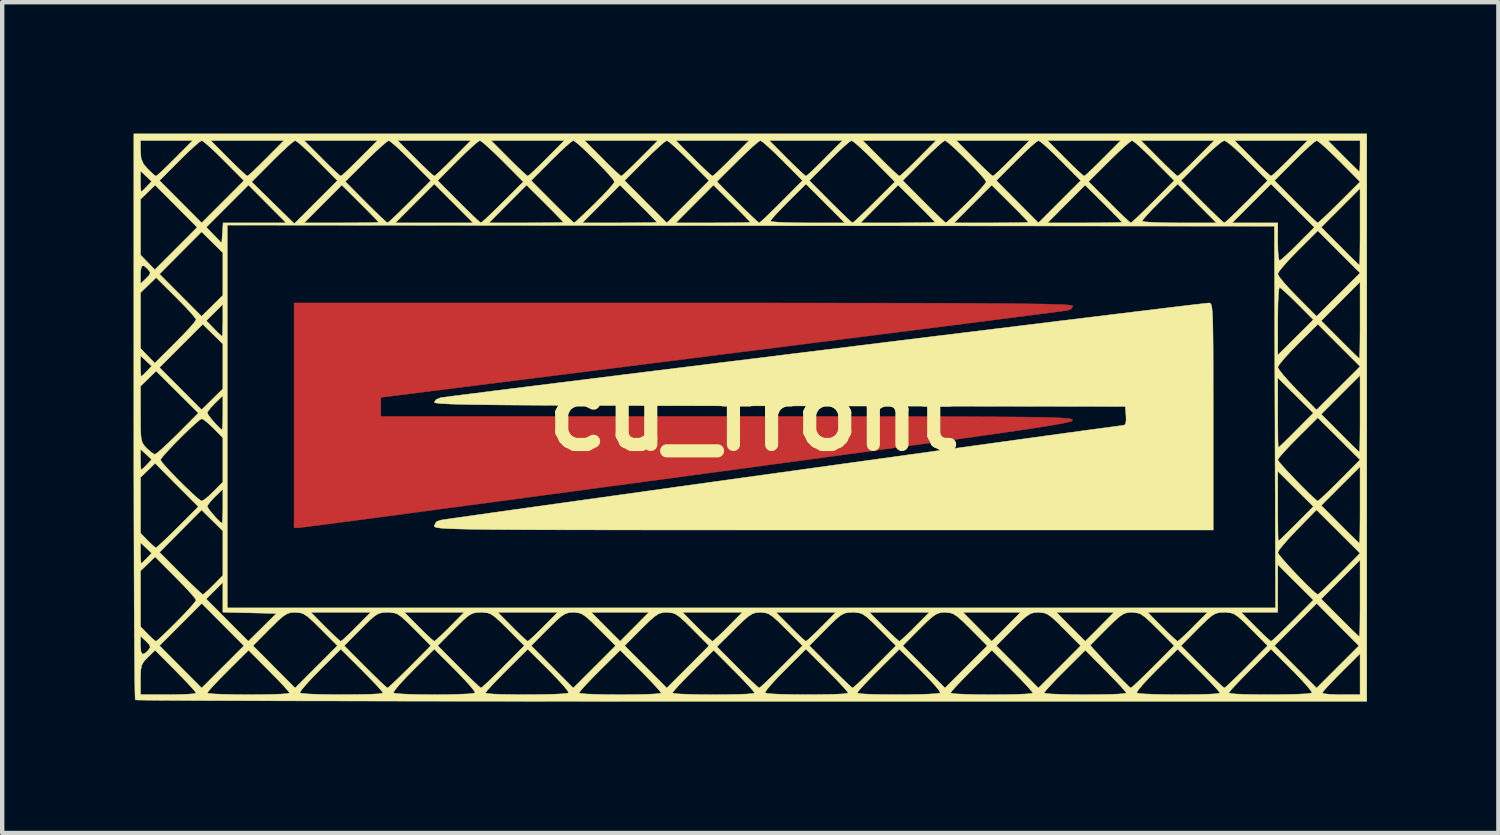
<source format=kicad_pcb>
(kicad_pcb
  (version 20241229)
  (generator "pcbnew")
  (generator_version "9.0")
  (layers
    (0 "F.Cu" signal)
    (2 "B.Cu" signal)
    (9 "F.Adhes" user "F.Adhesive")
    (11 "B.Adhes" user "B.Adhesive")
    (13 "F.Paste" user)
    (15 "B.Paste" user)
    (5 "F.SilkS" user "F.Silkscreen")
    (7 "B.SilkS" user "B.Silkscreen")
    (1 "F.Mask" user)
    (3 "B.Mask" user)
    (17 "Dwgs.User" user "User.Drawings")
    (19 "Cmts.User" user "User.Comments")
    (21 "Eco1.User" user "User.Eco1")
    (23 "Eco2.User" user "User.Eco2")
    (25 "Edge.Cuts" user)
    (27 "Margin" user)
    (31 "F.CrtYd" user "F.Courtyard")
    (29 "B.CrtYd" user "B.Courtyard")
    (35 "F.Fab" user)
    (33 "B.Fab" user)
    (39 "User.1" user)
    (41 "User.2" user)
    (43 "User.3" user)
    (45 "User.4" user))
  (footprint "cu_front"
    (layer "F.Cu")
    (at 14.127 6.406)
    (property "Reference" "cu_front" (at 0 0 0) (layer "F.SilkS") (effects (font (size 1.524 1.524) (thickness 0.3))))
    (attr through_hole)
    (fp_poly (pts (xy -0.443 -2.54) (xy 0.592 -2.54) (xy 1.534 -2.539) (xy 2.386 -2.538) (xy 3.154 -2.537) (xy 3.841 -2.536) (xy 4.451 -2.534) (xy 4.989 -2.532) (xy 5.458 -2.529) (xy 5.864 -2.526) (xy 6.209 -2.522) (xy 6.499 -2.518) (xy 6.737 -2.513) (xy 6.927 -2.508) (xy 7.075 -2.502) (xy 7.183 -2.495) (xy 7.256 -2.488) (xy 7.299 -2.48) (xy 7.315 -2.471) (xy 7.315 -2.469) (xy 7.272 -2.404) (xy 7.201 -2.373) (xy 7.138 -2.364) (xy 6.981 -2.343) (xy 6.733 -2.31) (xy 6.401 -2.268) (xy 5.991 -2.215) (xy 5.507 -2.153) (xy 4.956 -2.082) (xy 4.343 -2.004) (xy 3.673 -1.919) (xy 2.953 -1.828) (xy 2.186 -1.731) (xy 1.38 -1.629) (xy 0.54 -1.522) (xy -0.329 -1.413) (xy -0.699 -1.366) (xy -8.484 -0.385) (xy -8.484 0.051) (xy -0.58 0.051) (xy 0.47 0.051) (xy 1.423 0.051) (xy 2.283 0.051) (xy 3.057 0.052) (xy 3.747 0.053) (xy 4.359 0.054) (xy 4.897 0.056) (xy 5.366 0.058) (xy 5.771 0.06) (xy 6.116 0.063) (xy 6.406 0.067) (xy 6.645 0.071) (xy 6.839 0.076) (xy 6.992 0.082) (xy 7.108 0.089) (xy 7.193 0.096) (xy 7.25 0.104) (xy 7.285 0.113) (xy 7.302 0.124) (xy 7.306 0.135) (xy 7.306 0.137) (xy 7.294 0.149) (xy 7.261 0.163) (xy 7.201 0.18) (xy 7.11 0.2) (xy 6.985 0.224) (xy 6.821 0.253) (xy 6.613 0.286) (xy 6.359 0.326) (xy 6.053 0.372) (xy 5.691 0.424) (xy 5.268 0.484) (xy 4.782 0.553) (xy 4.227 0.63) (xy 3.599 0.716) (xy 2.895 0.813) (xy 2.109 0.92) (xy 1.238 1.038) (xy 0.277 1.168) (xy -0.778 1.311) (xy -1.473 1.405) (xy -2.406 1.53) (xy -3.313 1.652) (xy -4.189 1.77) (xy -5.027 1.883) (xy -5.824 1.99) (xy -6.573 2.09) (xy -7.271 2.183) (xy -7.91 2.269) (xy -8.487 2.346) (xy -8.997 2.413) (xy -9.433 2.471) (xy -9.79 2.518) (xy -10.065 2.553) (xy -10.25 2.577) (xy -10.342 2.588) (xy -10.351 2.589) (xy -10.465 2.591) (xy -10.465 -2.54) (xy -1.575 -2.54) (xy -0.443 -2.54)) (stroke (width 0.01) (type solid)) (fill yes) (layer "F.Cu"))
    (fp_poly (pts (xy 10.437 -2.538) (xy 10.456 -2.526) (xy 10.472 -2.497) (xy 10.484 -2.441) (xy 10.494 -2.351) (xy 10.502 -2.218) (xy 10.507 -2.035) (xy 10.511 -1.793) (xy 10.514 -1.484) (xy 10.515 -1.099) (xy 10.515 -0.631) (xy 10.516 -0.071) (xy 10.516 0.051) (xy 10.516 2.642) (xy 1.626 2.642) (xy 0.511 2.642) (xy -0.505 2.641) (xy -1.43 2.641) (xy -2.266 2.641) (xy -3.018 2.64) (xy -3.69 2.639) (xy -4.288 2.638) (xy -4.815 2.637) (xy -5.276 2.635) (xy -5.675 2.632) (xy -6.017 2.63) (xy -6.306 2.626) (xy -6.546 2.622) (xy -6.743 2.617) (xy -6.9 2.612) (xy -7.022 2.606) (xy -7.113 2.599) (xy -7.178 2.591) (xy -7.221 2.582) (xy -7.247 2.573) (xy -7.26 2.562) (xy -7.264 2.55) (xy -7.264 2.544) (xy -7.22 2.456) (xy -7.125 2.418) (xy -7.056 2.407) (xy -6.894 2.383) (xy -6.645 2.348) (xy -6.316 2.301) (xy -5.914 2.244) (xy -5.445 2.178) (xy -4.917 2.104) (xy -4.335 2.023) (xy -3.707 1.935) (xy -3.038 1.842) (xy -2.337 1.744) (xy -1.608 1.642) (xy -0.86 1.538) (xy -0.098 1.432) (xy 0.67 1.326) (xy 1.438 1.219) (xy 2.2 1.113) (xy 2.948 1.01) (xy 3.676 0.909) (xy 4.377 0.812) (xy 5.045 0.72) (xy 5.674 0.633) (xy 6.255 0.553) (xy 6.783 0.48) (xy 7.251 0.416) (xy 7.653 0.361) (xy 7.981 0.317) (xy 8.229 0.284) (xy 8.391 0.262) (xy 8.459 0.254) (xy 8.46 0.254) (xy 8.511 0.231) (xy 8.528 0.148) (xy 8.525 0.038) (xy 8.509 -0.178) (xy 0.622 -0.191) (xy -0.439 -0.192) (xy -1.404 -0.194) (xy -2.276 -0.196) (xy -3.059 -0.199) (xy -3.759 -0.201) (xy -4.38 -0.204) (xy -4.925 -0.207) (xy -5.4 -0.21) (xy -5.81 -0.214) (xy -6.158 -0.218) (xy -6.449 -0.222) (xy -6.687 -0.228) (xy -6.877 -0.233) (xy -7.024 -0.24) (xy -7.132 -0.247) (xy -7.204 -0.255) (xy -7.247 -0.263) (xy -7.264 -0.273) (xy -7.264 -0.276) (xy -7.221 -0.337) (xy -7.125 -0.377) (xy -7.058 -0.386) (xy -6.897 -0.408) (xy -6.648 -0.44) (xy -6.318 -0.481) (xy -5.912 -0.533) (xy -5.438 -0.592) (xy -4.901 -0.659) (xy -4.307 -0.733) (xy -3.664 -0.813) (xy -2.977 -0.899) (xy -2.252 -0.989) (xy -1.497 -1.082) (xy -0.716 -1.179) (xy 0.082 -1.277) (xy 0.893 -1.378) (xy 1.71 -1.478) (xy 2.526 -1.579) (xy 3.335 -1.679) (xy 4.131 -1.777) (xy 4.908 -1.872) (xy 5.659 -1.964) (xy 6.378 -2.052) (xy 7.059 -2.136) (xy 7.694 -2.213) (xy 8.279 -2.285) (xy 8.807 -2.349) (xy 9.271 -2.405) (xy 9.665 -2.453) (xy 9.982 -2.491) (xy 10.218 -2.518) (xy 10.364 -2.535) (xy 10.414 -2.54) (xy 10.437 -2.538)) (stroke (width 0.01) (type solid)) (fill yes) (layer "F.SilkS"))
    (fp_poly (pts (xy 14.021 6.553) (xy -0.017 6.553) (xy -1.205 6.553) (xy -2.366 6.553) (xy -3.497 6.552) (xy -4.593 6.551) (xy -5.65 6.55) (xy -6.664 6.549) (xy -7.632 6.548) (xy -8.548 6.546) (xy -9.409 6.544) (xy -10.211 6.543) (xy -10.949 6.541) (xy -11.62 6.538) (xy -12.22 6.536) (xy -12.744 6.534) (xy -13.187 6.531) (xy -13.547 6.529) (xy -13.819 6.526) (xy -13.999 6.523) (xy -14.083 6.52) (xy -14.089 6.519) (xy -14.093 6.465) (xy -14.097 6.316) (xy -14.101 6.077) (xy -14.101 6.055) (xy -13.97 6.055) (xy -13.97 6.401) (xy -13.335 6.401) (xy -13.094 6.398) (xy -12.896 6.39) (xy -12.758 6.379) (xy -12.701 6.365) (xy -12.7 6.364) (xy -12.701 6.362) (xy -12.446 6.362) (xy -12.398 6.374) (xy -12.264 6.385) (xy -12.06 6.393) (xy -11.802 6.399) (xy -11.506 6.401) (xy -11.21 6.399) (xy -10.952 6.394) (xy -10.748 6.386) (xy -10.614 6.375) (xy -10.566 6.364) (xy -10.574 6.353) (xy -10.333 6.353) (xy -10.332 6.359) (xy -10.276 6.373) (xy -10.14 6.384) (xy -9.941 6.392) (xy -9.701 6.397) (xy -9.438 6.4) (xy -9.17 6.399) (xy -8.918 6.396) (xy -8.701 6.39) (xy -8.537 6.381) (xy -8.445 6.369) (xy -8.433 6.362) (xy -8.439 6.353) (xy -8.199 6.353) (xy -8.199 6.359) (xy -8.142 6.372) (xy -8 6.384) (xy -7.79 6.393) (xy -7.529 6.399) (xy -7.264 6.401) (xy -6.971 6.399) (xy -6.714 6.392) (xy -6.511 6.383) (xy -6.377 6.371) (xy -6.34 6.362) (xy -6.096 6.362) (xy -6.048 6.375) (xy -5.918 6.386) (xy -5.725 6.394) (xy -5.488 6.398) (xy -5.226 6.4) (xy -4.958 6.399) (xy -4.704 6.395) (xy -4.482 6.388) (xy -4.312 6.379) (xy -4.213 6.366) (xy -4.203 6.362) (xy -3.962 6.362) (xy -3.914 6.374) (xy -3.78 6.385) (xy -3.576 6.393) (xy -3.318 6.399) (xy -3.023 6.401) (xy -2.726 6.399) (xy -2.468 6.394) (xy -2.264 6.386) (xy -2.131 6.375) (xy -2.083 6.364) (xy -2.084 6.362) (xy -1.829 6.362) (xy -1.781 6.374) (xy -1.647 6.385) (xy -1.443 6.393) (xy -1.185 6.399) (xy -0.889 6.401) (xy -0.593 6.399) (xy -0.335 6.394) (xy -0.131 6.386) (xy 0.003 6.375) (xy 0.051 6.364) (xy 0.043 6.353) (xy 0.285 6.353) (xy 0.285 6.359) (xy 0.341 6.373) (xy 0.478 6.384) (xy 0.676 6.392) (xy 0.916 6.397) (xy 1.179 6.4) (xy 1.447 6.399) (xy 1.699 6.396) (xy 1.917 6.39) (xy 2.081 6.381) (xy 2.172 6.369) (xy 2.184 6.362) (xy 2.388 6.362) (xy 2.435 6.375) (xy 2.565 6.386) (xy 2.758 6.394) (xy 2.996 6.398) (xy 3.258 6.4) (xy 3.525 6.399) (xy 3.78 6.395) (xy 4.001 6.388) (xy 4.171 6.379) (xy 4.27 6.366) (xy 4.281 6.362) (xy 4.521 6.362) (xy 4.569 6.374) (xy 4.703 6.385) (xy 4.907 6.393) (xy 5.165 6.399) (xy 5.461 6.401) (xy 5.757 6.399) (xy 6.015 6.394) (xy 6.219 6.386) (xy 6.353 6.375) (xy 6.401 6.364) (xy 6.399 6.362) (xy 6.655 6.362) (xy 6.703 6.374) (xy 6.837 6.385) (xy 7.041 6.393) (xy 7.299 6.399) (xy 7.595 6.401) (xy 7.891 6.399) (xy 8.149 6.394) (xy 8.353 6.386) (xy 8.486 6.375) (xy 8.534 6.364) (xy 8.527 6.353) (xy 8.768 6.353) (xy 8.769 6.359) (xy 8.825 6.373) (xy 8.961 6.384) (xy 9.159 6.392) (xy 9.4 6.397) (xy 9.663 6.4) (xy 9.93 6.399) (xy 10.183 6.396) (xy 10.4 6.39) (xy 10.564 6.381) (xy 10.656 6.369) (xy 10.668 6.362) (xy 10.871 6.362) (xy 10.919 6.375) (xy 11.049 6.386) (xy 11.242 6.394) (xy 11.479 6.398) (xy 11.741 6.4) (xy 12.009 6.399) (xy 12.263 6.395) (xy 12.485 6.388) (xy 12.655 6.379) (xy 12.754 6.366) (xy 12.765 6.362) (xy 13.005 6.362) (xy 13.005 6.362) (xy 13.052 6.379) (xy 13.177 6.393) (xy 13.357 6.4) (xy 13.437 6.401) (xy 13.868 6.401) (xy 13.868 5.463) (xy 13.437 5.893) (xy 13.269 6.063) (xy 13.132 6.208) (xy 13.039 6.312) (xy 13.005 6.362) (xy 12.765 6.362) (xy 12.771 6.359) (xy 12.746 6.31) (xy 12.661 6.205) (xy 12.528 6.058) (xy 12.36 5.883) (xy 12.316 5.839) (xy 11.836 5.361) (xy 11.354 5.842) (xy 11.176 6.022) (xy 11.028 6.177) (xy 10.922 6.293) (xy 10.873 6.356) (xy 10.871 6.362) (xy 10.668 6.362) (xy 10.634 6.313) (xy 10.541 6.208) (xy 10.401 6.061) (xy 10.229 5.886) (xy 10.185 5.842) (xy 9.703 5.361) (xy 9.223 5.839) (xy 9.048 6.018) (xy 8.905 6.173) (xy 8.808 6.29) (xy 8.768 6.353) (xy 8.527 6.353) (xy 8.5 6.316) (xy 8.408 6.211) (xy 8.269 6.064) (xy 8.099 5.89) (xy 8.065 5.856) (xy 7.597 5.385) (xy 7.126 5.854) (xy 6.95 6.031) (xy 6.805 6.184) (xy 6.702 6.298) (xy 6.656 6.358) (xy 6.655 6.362) (xy 6.399 6.362) (xy 6.367 6.316) (xy 6.274 6.211) (xy 6.136 6.064) (xy 5.966 5.89) (xy 5.932 5.856) (xy 5.463 5.385) (xy 4.992 5.854) (xy 4.817 6.031) (xy 4.671 6.184) (xy 4.568 6.298) (xy 4.522 6.358) (xy 4.521 6.362) (xy 4.281 6.362) (xy 4.287 6.359) (xy 4.263 6.31) (xy 4.178 6.205) (xy 4.045 6.058) (xy 3.876 5.883) (xy 3.833 5.839) (xy 3.353 5.361) (xy 2.87 5.842) (xy 2.692 6.022) (xy 2.544 6.177) (xy 2.439 6.293) (xy 2.39 6.356) (xy 2.388 6.362) (xy 2.184 6.362) (xy 2.15 6.313) (xy 2.057 6.208) (xy 1.918 6.061) (xy 1.746 5.886) (xy 1.702 5.842) (xy 1.219 5.361) (xy 0.739 5.839) (xy 0.564 6.018) (xy 0.422 6.173) (xy 0.324 6.29) (xy 0.285 6.353) (xy 0.043 6.353) (xy 0.017 6.316) (xy -0.076 6.211) (xy -0.214 6.064) (xy -0.384 5.89) (xy -0.418 5.856) (xy -0.887 5.385) (xy -1.358 5.854) (xy -1.533 6.031) (xy -1.679 6.184) (xy -1.782 6.298) (xy -1.828 6.358) (xy -1.829 6.362) (xy -2.084 6.362) (xy -2.117 6.316) (xy -2.21 6.211) (xy -2.348 6.064) (xy -2.518 5.89) (xy -2.552 5.856) (xy -3.021 5.385) (xy -3.492 5.854) (xy -3.667 6.031) (xy -3.813 6.184) (xy -3.915 6.298) (xy -3.961 6.358) (xy -3.962 6.362) (xy -4.203 6.362) (xy -4.197 6.359) (xy -4.221 6.31) (xy -4.306 6.205) (xy -4.439 6.058) (xy -4.607 5.883) (xy -4.651 5.839) (xy -5.131 5.361) (xy -5.613 5.842) (xy -5.791 6.022) (xy -5.939 6.177) (xy -6.045 6.293) (xy -6.094 6.356) (xy -6.096 6.362) (xy -6.34 6.362) (xy -6.33 6.359) (xy -6.355 6.31) (xy -6.44 6.205) (xy -6.573 6.058) (xy -6.741 5.883) (xy -6.784 5.839) (xy -7.264 5.361) (xy -7.744 5.839) (xy -7.919 6.018) (xy -8.062 6.173) (xy -8.159 6.29) (xy -8.199 6.353) (xy -8.439 6.353) (xy -8.467 6.313) (xy -8.56 6.208) (xy -8.7 6.061) (xy -8.872 5.886) (xy -8.915 5.842) (xy -9.398 5.361) (xy -9.878 5.839) (xy -10.053 6.018) (xy -10.195 6.173) (xy -10.293 6.29) (xy -10.333 6.353) (xy -10.574 6.353) (xy -10.6 6.316) (xy -10.693 6.211) (xy -10.831 6.064) (xy -11.002 5.89) (xy -11.035 5.856) (xy -11.504 5.385) (xy -11.975 5.854) (xy -12.151 6.031) (xy -12.296 6.184) (xy -12.399 6.298) (xy -12.445 6.358) (xy -12.446 6.362) (xy -12.701 6.362) (xy -12.734 6.316) (xy -12.827 6.211) (xy -12.965 6.064) (xy -13.135 5.89) (xy -13.168 5.856) (xy -13.636 5.386) (xy -13.803 5.548) (xy -13.893 5.642) (xy -13.943 5.729) (xy -13.965 5.844) (xy -13.97 6.02) (xy -13.97 6.055) (xy -14.101 6.055) (xy -14.104 5.754) (xy -14.108 5.355) (xy -14.108 5.274) (xy -13.97 5.274) (xy -13.959 5.424) (xy -13.921 5.479) (xy -13.85 5.444) (xy -13.8 5.394) (xy -13.75 5.325) (xy -13.758 5.283) (xy -13.537 5.283) (xy -13.056 5.766) (xy -12.574 6.249) (xy -11.609 5.284) (xy -11.61 5.283) (xy -11.402 5.283) (xy -10.441 6.249) (xy -9.958 5.767) (xy -9.476 5.284) (xy -9.476 5.283) (xy -9.32 5.283) (xy -8.839 5.766) (xy -8.66 5.943) (xy -8.508 6.091) (xy -8.395 6.197) (xy -8.336 6.246) (xy -8.331 6.248) (xy -8.287 6.214) (xy -8.186 6.121) (xy -8.042 5.982) (xy -7.868 5.811) (xy -7.823 5.766) (xy -7.343 5.283) (xy -7.186 5.283) (xy -6.705 5.766) (xy -6.527 5.943) (xy -6.374 6.091) (xy -6.261 6.197) (xy -6.202 6.246) (xy -6.198 6.248) (xy -6.154 6.214) (xy -6.052 6.121) (xy -5.908 5.982) (xy -5.734 5.811) (xy -5.69 5.766) (xy -5.209 5.283) (xy -5.052 5.283) (xy -4.091 6.249) (xy -3.608 5.767) (xy -3.126 5.284) (xy -3.126 5.283) (xy -2.919 5.283) (xy -1.957 6.249) (xy -1.475 5.767) (xy -1.015 5.306) (xy -0.813 5.306) (xy -0.344 5.777) (xy -0.168 5.953) (xy -0.017 6.098) (xy 0.093 6.201) (xy 0.149 6.247) (xy 0.152 6.248) (xy 0.196 6.214) (xy 0.298 6.121) (xy 0.442 5.982) (xy 0.616 5.811) (xy 0.66 5.766) (xy 1.141 5.283) (xy 1.298 5.283) (xy 1.778 5.766) (xy 1.957 5.943) (xy 2.11 6.091) (xy 2.222 6.197) (xy 2.281 6.246) (xy 2.286 6.248) (xy 2.33 6.214) (xy 2.431 6.121) (xy 2.576 5.982) (xy 2.749 5.811) (xy 2.794 5.766) (xy 3.274 5.283) (xy 3.431 5.283) (xy 4.393 6.249) (xy 4.875 5.767) (xy 5.358 5.284) (xy 5.357 5.283) (xy 5.565 5.283) (xy 6.526 6.249) (xy 7.009 5.767) (xy 7.491 5.284) (xy 7.482 5.275) (xy 7.707 5.275) (xy 8.156 5.762) (xy 8.326 5.943) (xy 8.471 6.094) (xy 8.577 6.2) (xy 8.631 6.247) (xy 8.634 6.248) (xy 8.679 6.214) (xy 8.781 6.121) (xy 8.926 5.982) (xy 9.099 5.81) (xy 9.144 5.766) (xy 9.624 5.283) (xy 9.781 5.283) (xy 10.262 5.766) (xy 10.44 5.943) (xy 10.593 6.091) (xy 10.706 6.197) (xy 10.765 6.246) (xy 10.77 6.248) (xy 10.814 6.214) (xy 10.915 6.121) (xy 11.059 5.982) (xy 11.233 5.811) (xy 11.277 5.766) (xy 11.758 5.283) (xy 11.757 5.283) (xy 11.914 5.283) (xy 12.395 5.766) (xy 12.876 6.249) (xy 13.842 5.284) (xy 13.36 4.801) (xy 12.879 4.317) (xy 11.914 5.283) (xy 11.757 5.283) (xy 11.379 4.902) (xy 11.208 4.732) (xy 11.085 4.622) (xy 10.992 4.559) (xy 10.906 4.529) (xy 10.807 4.521) (xy 10.77 4.521) (xy 11.154 4.521) (xy 11.481 4.851) (xy 11.627 4.996) (xy 11.746 5.109) (xy 11.821 5.173) (xy 11.836 5.182) (xy 11.88 5.148) (xy 11.981 5.055) (xy 12.125 4.916) (xy 12.298 4.745) (xy 12.333 4.711) (xy 12.802 4.24) (xy 12.778 4.216) (xy 12.981 4.216) (xy 13.411 4.648) (xy 13.578 4.815) (xy 13.717 4.952) (xy 13.814 5.045) (xy 13.854 5.08) (xy 13.855 5.08) (xy 13.859 5.032) (xy 13.863 4.899) (xy 13.866 4.697) (xy 13.868 4.442) (xy 13.868 4.204) (xy 13.868 3.328) (xy 12.981 4.216) (xy 12.778 4.216) (xy 12.395 3.836) (xy 11.989 3.431) (xy 11.989 4.521) (xy 11.154 4.521) (xy 10.77 4.521) (xy 10.662 4.525) (xy 10.574 4.546) (xy 10.486 4.597) (xy 10.375 4.691) (xy 10.221 4.841) (xy 10.16 4.902) (xy 9.781 5.283) (xy 9.624 5.283) (xy 9.246 4.902) (xy 9.072 4.731) (xy 8.947 4.62) (xy 8.852 4.557) (xy 8.766 4.528) (xy 8.669 4.521) (xy 8.661 4.521) (xy 9.02 4.521) (xy 9.347 4.851) (xy 9.494 4.996) (xy 9.613 5.109) (xy 9.688 5.173) (xy 9.703 5.182) (xy 9.749 5.148) (xy 9.848 5.057) (xy 9.983 4.927) (xy 10.058 4.851) (xy 10.386 4.521) (xy 9.02 4.521) (xy 8.661 4.521) (xy 8.562 4.527) (xy 8.476 4.554) (xy 8.381 4.615) (xy 8.259 4.723) (xy 8.088 4.891) (xy 8.081 4.898) (xy 7.707 5.275) (xy 7.482 5.275) (xy 7.112 4.903) (xy 6.939 4.731) (xy 6.814 4.62) (xy 6.719 4.557) (xy 6.633 4.528) (xy 6.536 4.521) (xy 6.528 4.521) (xy 6.937 4.521) (xy 7.264 4.851) (xy 7.408 4.996) (xy 7.52 5.108) (xy 7.585 5.172) (xy 7.595 5.182) (xy 7.629 5.148) (xy 7.719 5.058) (xy 7.848 4.929) (xy 7.925 4.851) (xy 8.252 4.521) (xy 6.937 4.521) (xy 6.528 4.521) (xy 6.429 4.527) (xy 6.343 4.554) (xy 6.249 4.614) (xy 6.127 4.721) (xy 5.958 4.888) (xy 5.943 4.902) (xy 5.565 5.283) (xy 5.357 5.283) (xy 4.979 4.903) (xy 4.805 4.731) (xy 4.68 4.62) (xy 4.585 4.557) (xy 4.499 4.528) (xy 4.402 4.521) (xy 4.394 4.521) (xy 4.804 4.521) (xy 5.131 4.851) (xy 5.274 4.996) (xy 5.386 5.108) (xy 5.451 5.172) (xy 5.461 5.182) (xy 5.495 5.148) (xy 5.585 5.058) (xy 5.715 4.929) (xy 5.791 4.851) (xy 6.118 4.521) (xy 4.804 4.521) (xy 4.394 4.521) (xy 4.296 4.527) (xy 4.209 4.554) (xy 4.116 4.614) (xy 3.994 4.721) (xy 3.824 4.888) (xy 3.81 4.902) (xy 3.431 5.283) (xy 3.274 5.283) (xy 2.896 4.902) (xy 2.724 4.732) (xy 2.602 4.622) (xy 2.508 4.559) (xy 2.422 4.529) (xy 2.323 4.521) (xy 2.286 4.521) (xy 2.67 4.521) (xy 2.997 4.851) (xy 3.144 4.996) (xy 3.263 5.109) (xy 3.338 5.173) (xy 3.353 5.182) (xy 3.399 5.148) (xy 3.498 5.057) (xy 3.633 4.927) (xy 3.708 4.851) (xy 4.036 4.521) (xy 2.67 4.521) (xy 2.286 4.521) (xy 2.179 4.525) (xy 2.091 4.546) (xy 2.002 4.597) (xy 1.891 4.691) (xy 1.737 4.841) (xy 1.676 4.902) (xy 1.298 5.283) (xy 1.141 5.283) (xy 0.762 4.902) (xy 0.588 4.73) (xy 0.463 4.619) (xy 0.368 4.556) (xy 0.282 4.528) (xy 0.185 4.521) (xy 0.18 4.521) (xy 0.536 4.521) (xy 0.864 4.851) (xy 1.01 4.996) (xy 1.129 5.109) (xy 1.204 5.173) (xy 1.219 5.182) (xy 1.265 5.148) (xy 1.364 5.057) (xy 1.499 4.927) (xy 1.575 4.851) (xy 1.902 4.521) (xy 0.536 4.521) (xy 0.18 4.521) (xy 0.084 4.527) (xy -0.002 4.554) (xy -0.096 4.614) (xy -0.219 4.72) (xy -0.389 4.885) (xy -0.418 4.914) (xy -0.813 5.306) (xy -1.015 5.306) (xy -0.992 5.284) (xy -1.371 4.903) (xy -1.545 4.731) (xy -1.67 4.62) (xy -1.765 4.557) (xy -1.851 4.528) (xy -1.948 4.521) (xy -1.956 4.521) (xy -1.597 4.521) (xy -1.27 4.851) (xy -1.123 4.996) (xy -1.004 5.109) (xy -0.929 5.173) (xy -0.914 5.182) (xy -0.869 5.148) (xy -0.769 5.057) (xy -0.634 4.927) (xy -0.559 4.851) (xy -0.232 4.521) (xy -1.597 4.521) (xy -1.956 4.521) (xy -2.054 4.527) (xy -2.141 4.554) (xy -2.234 4.614) (xy -2.356 4.721) (xy -2.526 4.888) (xy -2.54 4.902) (xy -2.919 5.283) (xy -3.126 5.283) (xy -3.505 4.903) (xy -3.679 4.731) (xy -3.803 4.62) (xy -3.898 4.557) (xy -3.984 4.528) (xy -4.081 4.521) (xy -4.089 4.521) (xy -3.68 4.521) (xy -3.353 4.851) (xy -3.209 4.996) (xy -3.097 5.108) (xy -3.032 5.172) (xy -3.023 5.182) (xy -2.988 5.148) (xy -2.898 5.058) (xy -2.769 4.929) (xy -2.692 4.851) (xy -2.365 4.521) (xy -3.68 4.521) (xy -4.089 4.521) (xy -4.188 4.527) (xy -4.274 4.554) (xy -4.368 4.614) (xy -4.49 4.721) (xy -4.659 4.888) (xy -4.674 4.902) (xy -5.052 5.283) (xy -5.209 5.283) (xy -5.588 4.902) (xy -5.76 4.732) (xy -5.882 4.622) (xy -5.976 4.559) (xy -6.061 4.529) (xy -6.16 4.521) (xy -6.198 4.521) (xy -5.814 4.521) (xy -5.486 4.851) (xy -5.34 4.996) (xy -5.221 5.109) (xy -5.146 5.173) (xy -5.131 5.182) (xy -5.085 5.148) (xy -4.986 5.057) (xy -4.851 4.927) (xy -4.775 4.851) (xy -4.448 4.521) (xy -5.814 4.521) (xy -6.198 4.521) (xy -6.305 4.525) (xy -6.393 4.546) (xy -6.482 4.597) (xy -6.593 4.691) (xy -6.747 4.841) (xy -6.807 4.902) (xy -7.186 5.283) (xy -7.343 5.283) (xy -7.721 4.902) (xy -7.893 4.732) (xy -8.016 4.622) (xy -8.109 4.559) (xy -8.195 4.529) (xy -8.294 4.521) (xy -8.331 4.521) (xy -7.947 4.521) (xy -7.62 4.851) (xy -7.473 4.996) (xy -7.354 5.109) (xy -7.279 5.173) (xy -7.264 5.182) (xy -7.219 5.148) (xy -7.119 5.057) (xy -6.984 4.927) (xy -6.909 4.851) (xy -6.582 4.521) (xy -7.947 4.521) (xy -8.331 4.521) (xy -8.439 4.525) (xy -8.526 4.546) (xy -8.615 4.597) (xy -8.726 4.691) (xy -8.88 4.841) (xy -8.941 4.902) (xy -9.32 5.283) (xy -9.476 5.283) (xy -9.855 4.903) (xy -10.029 4.731) (xy -10.153 4.62) (xy -10.248 4.557) (xy -10.334 4.528) (xy -10.431 4.521) (xy -10.439 4.521) (xy -10.081 4.521) (xy -9.754 4.851) (xy -9.607 4.996) (xy -9.488 5.109) (xy -9.413 5.173) (xy -9.398 5.182) (xy -9.352 5.148) (xy -9.253 5.057) (xy -9.118 4.927) (xy -9.042 4.851) (xy -8.715 4.521) (xy -10.081 4.521) (xy -10.439 4.521) (xy -10.538 4.527) (xy -10.624 4.554) (xy -10.718 4.614) (xy -10.84 4.721) (xy -11.009 4.888) (xy -11.024 4.902) (xy -11.402 5.283) (xy -11.61 5.283) (xy -12.09 4.801) (xy -12.572 4.317) (xy -13.537 5.283) (xy -13.758 5.283) (xy -13.762 5.267) (xy -13.843 5.182) (xy -13.97 5.062) (xy -13.97 5.274) (xy -14.108 5.274) (xy -14.111 4.884) (xy -14.114 4.348) (xy -14.116 3.753) (xy -14.117 3.576) (xy -13.97 3.576) (xy -13.97 4.847) (xy -13.808 5.014) (xy -13.705 5.114) (xy -13.632 5.174) (xy -13.616 5.182) (xy -13.571 5.148) (xy -13.47 5.055) (xy -13.327 4.918) (xy -13.156 4.749) (xy -13.143 4.736) (xy -12.974 4.562) (xy -12.834 4.411) (xy -12.738 4.3) (xy -12.7 4.243) (xy -12.7 4.242) (xy -12.717 4.216) (xy -12.47 4.216) (xy -11.509 5.181) (xy -11.188 4.864) (xy -10.868 4.547) (xy -12.09 4.518) (xy -12.09 4.42) (xy -11.989 4.42) (xy 11.939 4.42) (xy 11.935 3.155) (xy 11.989 3.155) (xy 12.022 3.21) (xy 12.112 3.319) (xy 12.24 3.463) (xy 12.391 3.625) (xy 12.548 3.789) (xy 12.695 3.935) (xy 12.814 4.048) (xy 12.889 4.109) (xy 12.903 4.115) (xy 12.947 4.081) (xy 13.048 3.988) (xy 13.192 3.849) (xy 13.365 3.679) (xy 13.4 3.644) (xy 13.868 3.173) (xy 13.371 2.677) (xy 12.873 2.182) (xy 12.431 2.634) (xy 12.262 2.812) (xy 12.123 2.969) (xy 12.027 3.088) (xy 11.989 3.153) (xy 11.989 3.155) (xy 11.935 3.155) (xy 11.932 2.097) (xy 11.989 2.097) (xy 11.99 2.369) (xy 11.992 2.601) (xy 11.995 2.776) (xy 12 2.877) (xy 12.003 2.896) (xy 12.042 2.862) (xy 12.137 2.77) (xy 12.274 2.636) (xy 12.409 2.501) (xy 12.802 2.106) (xy 12.778 2.082) (xy 12.981 2.082) (xy 13.411 2.514) (xy 13.578 2.681) (xy 13.717 2.818) (xy 13.814 2.911) (xy 13.854 2.946) (xy 13.855 2.946) (xy 13.859 2.898) (xy 13.863 2.765) (xy 13.866 2.563) (xy 13.868 2.308) (xy 13.868 2.07) (xy 13.868 1.195) (xy 12.981 2.082) (xy 12.778 2.082) (xy 12.395 1.702) (xy 11.989 1.298) (xy 11.989 2.097) (xy 11.932 2.097) (xy 11.928 1.039) (xy 11.989 1.039) (xy 12.022 1.09) (xy 12.112 1.194) (xy 12.241 1.335) (xy 12.392 1.494) (xy 12.55 1.655) (xy 12.696 1.8) (xy 12.815 1.912) (xy 12.889 1.974) (xy 12.903 1.981) (xy 12.947 1.947) (xy 13.048 1.854) (xy 13.192 1.716) (xy 13.365 1.545) (xy 13.4 1.51) (xy 13.868 1.039) (xy 13.386 0.559) (xy 12.903 0.078) (xy 12.446 0.533) (xy 12.273 0.709) (xy 12.13 0.862) (xy 12.031 0.976) (xy 11.989 1.037) (xy 11.989 1.039) (xy 11.928 1.039) (xy 11.926 0.064) (xy 11.925 -0.037) (xy 11.989 -0.037) (xy 11.99 0.235) (xy 11.992 0.467) (xy 11.995 0.643) (xy 12 0.744) (xy 12.003 0.762) (xy 12.042 0.728) (xy 12.137 0.637) (xy 12.274 0.502) (xy 12.409 0.367) (xy 12.775 -0.001) (xy 12.981 -0.001) (xy 13.411 0.431) (xy 13.578 0.599) (xy 13.717 0.736) (xy 13.814 0.829) (xy 13.854 0.864) (xy 13.855 0.864) (xy 13.859 0.816) (xy 13.863 0.682) (xy 13.866 0.48) (xy 13.868 0.226) (xy 13.868 -0.012) (xy 13.868 -0.888) (xy 12.981 -0.001) (xy 12.775 -0.001) (xy 12.802 -0.028) (xy 12.395 -0.432) (xy 11.989 -0.836) (xy 11.989 -0.037) (xy 11.925 -0.037) (xy 11.922 -1.074) (xy 11.989 -1.074) (xy 12.023 -1.012) (xy 12.115 -0.895) (xy 12.252 -0.74) (xy 12.42 -0.562) (xy 12.431 -0.551) (xy 12.873 -0.099) (xy 13.371 -0.595) (xy 13.869 -1.091) (xy 13.386 -1.573) (xy 12.904 -2.056) (xy 12.446 -1.601) (xy 12.273 -1.423) (xy 12.13 -1.265) (xy 12.031 -1.145) (xy 11.989 -1.077) (xy 11.989 -1.074) (xy 11.922 -1.074) (xy 11.919 -2.122) (xy 11.989 -2.122) (xy 11.989 -1.349) (xy 12.395 -1.753) (xy 12.779 -2.134) (xy 12.981 -2.134) (xy 13.411 -1.702) (xy 13.578 -1.535) (xy 13.717 -1.398) (xy 13.814 -1.305) (xy 13.854 -1.27) (xy 13.855 -1.27) (xy 13.859 -1.318) (xy 13.863 -1.451) (xy 13.866 -1.653) (xy 13.868 -1.908) (xy 13.868 -2.146) (xy 13.868 -3.022) (xy 12.981 -2.134) (xy 12.779 -2.134) (xy 12.802 -2.157) (xy 12.435 -2.526) (xy 12.278 -2.68) (xy 12.146 -2.803) (xy 12.057 -2.879) (xy 12.028 -2.896) (xy 12.015 -2.848) (xy 12.003 -2.716) (xy 11.994 -2.517) (xy 11.99 -2.269) (xy 11.989 -2.122) (xy 11.919 -2.122) (xy 11.916 -3.202) (xy 11.989 -3.202) (xy 12.023 -3.139) (xy 12.116 -3.021) (xy 12.254 -2.866) (xy 12.424 -2.689) (xy 12.432 -2.681) (xy 12.876 -2.235) (xy 13.372 -2.73) (xy 13.869 -3.225) (xy 13.386 -3.707) (xy 12.904 -4.19) (xy 12.446 -3.734) (xy 12.273 -3.556) (xy 12.13 -3.397) (xy 12.03 -3.276) (xy 11.989 -3.206) (xy 11.989 -3.202) (xy 11.916 -3.202) (xy 11.913 -4.293) (xy -0.038 -4.305) (xy -11.989 -4.318) (xy -11.989 4.42) (xy -12.09 4.42) (xy -12.09 3.837) (xy -12.47 4.216) (xy -12.717 4.216) (xy -12.734 4.189) (xy -12.827 4.081) (xy -12.966 3.931) (xy -13.136 3.755) (xy -13.168 3.723) (xy -13.636 3.253) (xy -13.803 3.414) (xy -13.97 3.576) (xy -14.117 3.576) (xy -14.118 3.166) (xy -13.97 3.166) (xy -13.967 3.306) (xy -13.959 3.391) (xy -13.953 3.404) (xy -13.911 3.371) (xy -13.831 3.291) (xy -13.826 3.286) (xy -13.715 3.168) (xy -13.735 3.15) (xy -13.536 3.15) (xy -13.056 3.632) (xy -12.877 3.81) (xy -12.724 3.958) (xy -12.611 4.063) (xy -12.551 4.113) (xy -12.546 4.115) (xy -12.499 4.081) (xy -12.403 3.995) (xy -12.304 3.897) (xy -12.09 3.679) (xy -12.09 2.663) (xy -12.333 2.424) (xy -12.576 2.185) (xy -13.056 2.667) (xy -13.536 3.15) (xy -13.735 3.15) (xy -13.843 3.048) (xy -13.97 2.929) (xy -13.97 3.166) (xy -14.118 3.166) (xy -14.118 3.105) (xy -14.12 2.41) (xy -14.121 1.675) (xy -14.122 1.442) (xy -13.97 1.442) (xy -13.97 2.713) (xy -13.808 2.88) (xy -13.705 2.98) (xy -13.634 3.04) (xy -13.618 3.048) (xy -13.574 3.014) (xy -13.473 2.922) (xy -13.328 2.784) (xy -13.155 2.614) (xy -13.12 2.579) (xy -12.649 2.11) (xy -12.656 2.103) (xy -12.446 2.103) (xy -12.415 2.16) (xy -12.339 2.257) (xy -12.245 2.364) (xy -12.159 2.451) (xy -12.107 2.489) (xy -12.106 2.489) (xy -12.099 2.442) (xy -12.093 2.319) (xy -12.09 2.142) (xy -12.09 2.098) (xy -12.09 1.707) (xy -12.268 1.88) (xy -12.372 1.99) (xy -12.436 2.077) (xy -12.446 2.103) (xy -12.656 2.103) (xy -13.143 1.615) (xy -13.636 1.119) (xy -13.803 1.281) (xy -13.97 1.442) (xy -14.122 1.442) (xy -14.122 1.033) (xy -13.97 1.033) (xy -13.967 1.172) (xy -13.959 1.257) (xy -13.953 1.27) (xy -13.911 1.237) (xy -13.831 1.157) (xy -13.826 1.152) (xy -13.722 1.041) (xy -13.513 1.041) (xy -13.478 1.097) (xy -13.386 1.204) (xy -13.254 1.346) (xy -13.098 1.506) (xy -12.936 1.666) (xy -12.786 1.809) (xy -12.663 1.918) (xy -12.586 1.976) (xy -12.572 1.981) (xy -12.51 1.947) (xy -12.404 1.86) (xy -12.304 1.763) (xy -12.09 1.546) (xy -12.09 0.537) (xy -12.304 0.319) (xy -12.427 0.203) (xy -12.526 0.124) (xy -12.572 0.102) (xy -12.628 0.136) (xy -12.735 0.228) (xy -12.877 0.36) (xy -13.037 0.516) (xy -13.197 0.677) (xy -13.34 0.828) (xy -13.449 0.95) (xy -13.508 1.028) (xy -13.513 1.041) (xy -13.722 1.041) (xy -13.715 1.034) (xy -13.843 0.915) (xy -13.97 0.795) (xy -13.97 1.033) (xy -14.122 1.033) (xy -14.122 0.904) (xy -14.122 0.105) (xy -14.122 0.042) (xy -14.122 -0.64) (xy -13.97 -0.64) (xy -13.97 -0.006) (xy -13.969 0.259) (xy -13.964 0.443) (xy -13.951 0.566) (xy -13.927 0.648) (xy -13.888 0.711) (xy -13.833 0.772) (xy -13.732 0.864) (xy -13.654 0.912) (xy -13.642 0.914) (xy -13.587 0.88) (xy -13.477 0.787) (xy -13.327 0.647) (xy -13.15 0.476) (xy -13.118 0.444) (xy -12.649 -0.027) (xy -12.652 -0.031) (xy -12.446 -0.031) (xy -12.415 0.026) (xy -12.339 0.123) (xy -12.245 0.231) (xy -12.159 0.318) (xy -12.107 0.356) (xy -12.106 0.356) (xy -12.099 0.309) (xy -12.093 0.185) (xy -12.09 0.009) (xy -12.09 -0.035) (xy -12.09 -0.426) (xy -12.268 -0.254) (xy -12.372 -0.144) (xy -12.436 -0.057) (xy -12.446 -0.031) (xy -12.652 -0.031) (xy -13.613 -0.987) (xy -13.791 -0.814) (xy -13.97 -0.64) (xy -14.122 -0.64) (xy -14.122 -1.101) (xy -13.97 -1.101) (xy -13.967 -0.962) (xy -13.959 -0.876) (xy -13.953 -0.864) (xy -13.911 -0.896) (xy -13.831 -0.976) (xy -13.826 -0.981) (xy -13.745 -1.067) (xy -13.537 -1.067) (xy -12.576 -0.102) (xy -12.333 -0.341) (xy -12.09 -0.58) (xy -12.09 -1.604) (xy -12.32 -1.83) (xy -12.549 -2.055) (xy -13.043 -1.561) (xy -13.537 -1.067) (xy -13.745 -1.067) (xy -13.715 -1.099) (xy -13.843 -1.219) (xy -13.97 -1.339) (xy -13.97 -1.101) (xy -14.122 -1.101) (xy -14.122 -2.774) (xy -13.97 -2.774) (xy -13.97 -1.503) (xy -13.807 -1.335) (xy -13.644 -1.167) (xy -13.172 -1.636) (xy -12.996 -1.815) (xy -12.85 -1.971) (xy -12.747 -2.089) (xy -12.714 -2.136) (xy -12.468 -2.136) (xy -12.295 -1.957) (xy -12.192 -1.853) (xy -12.122 -1.789) (xy -12.106 -1.778) (xy -12.098 -1.825) (xy -12.093 -1.947) (xy -12.09 -2.121) (xy -12.09 -2.145) (xy -12.09 -2.513) (xy -12.279 -2.324) (xy -12.468 -2.136) (xy -12.714 -2.136) (xy -12.701 -2.154) (xy -12.7 -2.159) (xy -12.734 -2.213) (xy -12.827 -2.323) (xy -12.966 -2.472) (xy -13.136 -2.646) (xy -13.156 -2.666) (xy -13.613 -3.12) (xy -13.791 -2.947) (xy -13.97 -2.774) (xy -14.122 -2.774) (xy -14.122 -3.192) (xy -13.97 -3.192) (xy -13.97 -2.979) (xy -13.843 -3.099) (xy -13.762 -3.184) (xy -13.758 -3.2) (xy -13.536 -3.2) (xy -12.576 -2.236) (xy -12.333 -2.475) (xy -12.09 -2.714) (xy -12.09 -3.687) (xy -12.333 -3.926) (xy -12.576 -4.165) (xy -13.056 -3.683) (xy -13.536 -3.2) (xy -13.758 -3.2) (xy -13.75 -3.242) (xy -13.8 -3.311) (xy -13.89 -3.39) (xy -13.944 -3.38) (xy -13.967 -3.278) (xy -13.97 -3.192) (xy -14.122 -3.192) (xy -14.122 -4.908) (xy -13.97 -4.908) (xy -13.97 -3.637) (xy -13.806 -3.468) (xy -13.643 -3.3) (xy -13.159 -3.783) (xy -12.676 -4.267) (xy -12.679 -4.27) (xy -12.468 -4.27) (xy -12.116 -3.905) (xy -12.1 -4.137) (xy -12.085 -4.369) (xy -10.645 -4.369) (xy -11.075 -4.801) (xy -11.505 -5.233) (xy -11.987 -4.751) (xy -12.468 -4.27) (xy -12.679 -4.27) (xy -13.156 -4.749) (xy -13.636 -5.231) (xy -13.803 -5.069) (xy -13.97 -4.908) (xy -14.122 -4.908) (xy -14.122 -5.317) (xy -13.97 -5.317) (xy -13.967 -5.178) (xy -13.959 -5.093) (xy -13.953 -5.08) (xy -13.911 -5.113) (xy -13.831 -5.193) (xy -13.826 -5.198) (xy -13.715 -5.316) (xy -13.735 -5.334) (xy -13.536 -5.334) (xy -13.055 -4.851) (xy -12.574 -4.368) (xy -11.638 -5.304) (xy -11.432 -5.304) (xy -10.946 -4.827) (xy -10.459 -4.35) (xy -10.44 -4.369) (xy -10.234 -4.369) (xy -9.384 -4.369) (xy -9.103 -4.37) (xy -8.861 -4.372) (xy -8.675 -4.375) (xy -8.562 -4.379) (xy -8.534 -4.383) (xy -8.568 -4.422) (xy -8.66 -4.517) (xy -8.796 -4.656) (xy -8.955 -4.814) (xy -9.375 -5.232) (xy -9.804 -4.801) (xy -10.234 -4.369) (xy -10.44 -4.369) (xy -9.498 -5.311) (xy -9.296 -5.311) (xy -8.828 -4.84) (xy -8.651 -4.664) (xy -8.501 -4.519) (xy -8.39 -4.416) (xy -8.334 -4.37) (xy -8.331 -4.369) (xy -8.153 -4.369) (xy -6.376 -4.369) (xy -6.82 -4.813) (xy -7.264 -5.257) (xy -7.709 -4.813) (xy -8.153 -4.369) (xy -8.331 -4.369) (xy -8.287 -4.403) (xy -8.186 -4.496) (xy -8.042 -4.635) (xy -7.868 -4.807) (xy -7.823 -4.851) (xy -7.343 -5.334) (xy -7.186 -5.334) (xy -6.706 -4.851) (xy -6.527 -4.674) (xy -6.375 -4.526) (xy -6.262 -4.42) (xy -6.204 -4.371) (xy -6.2 -4.369) (xy -6.018 -4.369) (xy -5.168 -4.369) (xy -4.887 -4.37) (xy -4.645 -4.372) (xy -4.459 -4.375) (xy -4.346 -4.379) (xy -4.318 -4.383) (xy -4.352 -4.422) (xy -4.444 -4.517) (xy -4.579 -4.656) (xy -4.738 -4.814) (xy -5.158 -5.232) (xy -5.588 -4.801) (xy -6.018 -4.369) (xy -6.2 -4.369) (xy -6.156 -4.403) (xy -6.055 -4.495) (xy -5.911 -4.633) (xy -5.738 -4.803) (xy -5.703 -4.838) (xy -5.232 -5.307) (xy -5.26 -5.334) (xy -5.053 -5.334) (xy -4.572 -4.851) (xy -4.394 -4.674) (xy -4.243 -4.526) (xy -4.132 -4.421) (xy -4.075 -4.371) (xy -4.071 -4.369) (xy -3.884 -4.369) (xy -3.034 -4.369) (xy -2.753 -4.37) (xy -2.511 -4.372) (xy -2.325 -4.375) (xy -2.212 -4.379) (xy -2.184 -4.383) (xy -2.218 -4.422) (xy -2.31 -4.517) (xy -2.446 -4.656) (xy -2.605 -4.814) (xy -3.025 -5.232) (xy -3.454 -4.801) (xy -3.884 -4.369) (xy -4.071 -4.369) (xy -4.029 -4.402) (xy -3.93 -4.494) (xy -3.787 -4.629) (xy -3.615 -4.795) (xy -3.6 -4.81) (xy -3.428 -4.983) (xy -3.286 -5.133) (xy -3.189 -5.246) (xy -3.15 -5.305) (xy -3.15 -5.306) (xy -3.167 -5.334) (xy -2.919 -5.334) (xy -2.438 -4.851) (xy -1.957 -4.368) (xy -1.956 -4.369) (xy -1.75 -4.369) (xy -0.901 -4.369) (xy -0.62 -4.37) (xy -0.378 -4.372) (xy -0.192 -4.375) (xy -0.078 -4.379) (xy -0.051 -4.383) (xy -0.085 -4.422) (xy -0.176 -4.517) (xy -0.312 -4.656) (xy -0.471 -4.814) (xy -0.891 -5.232) (xy -1.321 -4.801) (xy -1.75 -4.369) (xy -1.956 -4.369) (xy -1.015 -5.311) (xy -0.813 -5.311) (xy -0.344 -4.84) (xy -0.167 -4.664) (xy -0.017 -4.519) (xy 0.093 -4.416) (xy 0.149 -4.37) (xy 0.152 -4.369) (xy 0.196 -4.403) (xy 0.202 -4.408) (xy 0.406 -4.408) (xy 0.454 -4.395) (xy 0.587 -4.384) (xy 0.789 -4.375) (xy 1.042 -4.37) (xy 1.257 -4.369) (xy 2.107 -4.369) (xy 1.22 -5.256) (xy 0.813 -4.852) (xy 0.651 -4.687) (xy 0.519 -4.547) (xy 0.433 -4.449) (xy 0.406 -4.408) (xy 0.202 -4.408) (xy 0.298 -4.496) (xy 0.442 -4.635) (xy 0.616 -4.807) (xy 0.66 -4.851) (xy 1.141 -5.334) (xy 1.297 -5.334) (xy 1.778 -4.851) (xy 1.957 -4.674) (xy 2.109 -4.526) (xy 2.221 -4.42) (xy 2.28 -4.371) (xy 2.284 -4.369) (xy 2.466 -4.369) (xy 3.316 -4.369) (xy 3.597 -4.37) (xy 3.839 -4.372) (xy 4.025 -4.375) (xy 4.138 -4.379) (xy 4.166 -4.383) (xy 4.132 -4.422) (xy 4.04 -4.517) (xy 3.904 -4.656) (xy 3.745 -4.814) (xy 3.325 -5.232) (xy 2.896 -4.801) (xy 2.466 -4.369) (xy 2.284 -4.369) (xy 2.327 -4.403) (xy 2.428 -4.495) (xy 2.572 -4.633) (xy 2.745 -4.803) (xy 2.78 -4.838) (xy 3.251 -5.307) (xy 3.224 -5.334) (xy 3.431 -5.334) (xy 3.912 -4.851) (xy 4.09 -4.674) (xy 4.241 -4.526) (xy 4.352 -4.421) (xy 4.408 -4.371) (xy 4.412 -4.369) (xy 4.6 -4.369) (xy 5.449 -4.369) (xy 5.73 -4.37) (xy 5.972 -4.372) (xy 6.158 -4.375) (xy 6.272 -4.379) (xy 6.299 -4.383) (xy 6.265 -4.422) (xy 6.174 -4.517) (xy 6.038 -4.656) (xy 5.879 -4.814) (xy 5.459 -5.232) (xy 5.029 -4.801) (xy 4.6 -4.369) (xy 4.412 -4.369) (xy 4.454 -4.402) (xy 4.554 -4.494) (xy 4.697 -4.629) (xy 4.868 -4.795) (xy 4.883 -4.81) (xy 5.056 -4.983) (xy 5.198 -5.133) (xy 5.295 -5.246) (xy 5.334 -5.305) (xy 5.334 -5.306) (xy 5.317 -5.334) (xy 5.565 -5.334) (xy 6.046 -4.851) (xy 6.526 -4.368) (xy 6.527 -4.369) (xy 6.733 -4.369) (xy 7.583 -4.369) (xy 7.864 -4.37) (xy 8.106 -4.372) (xy 8.292 -4.375) (xy 8.405 -4.379) (xy 8.433 -4.383) (xy 8.399 -4.422) (xy 8.307 -4.517) (xy 8.171 -4.656) (xy 8.013 -4.814) (xy 7.592 -5.232) (xy 7.163 -4.801) (xy 6.733 -4.369) (xy 6.527 -4.369) (xy 7.469 -5.311) (xy 7.671 -5.311) (xy 8.14 -4.84) (xy 8.316 -4.664) (xy 8.467 -4.519) (xy 8.577 -4.416) (xy 8.633 -4.37) (xy 8.636 -4.369) (xy 8.68 -4.403) (xy 8.686 -4.408) (xy 8.89 -4.408) (xy 8.938 -4.395) (xy 9.071 -4.384) (xy 9.272 -4.375) (xy 9.525 -4.37) (xy 9.741 -4.369) (xy 10.591 -4.369) (xy 9.704 -5.256) (xy 9.297 -4.852) (xy 9.134 -4.687) (xy 9.003 -4.547) (xy 8.917 -4.449) (xy 8.89 -4.408) (xy 8.686 -4.408) (xy 8.781 -4.496) (xy 8.926 -4.635) (xy 9.099 -4.807) (xy 9.144 -4.851) (xy 9.625 -5.334) (xy 9.781 -5.334) (xy 10.262 -4.851) (xy 10.44 -4.674) (xy 10.593 -4.526) (xy 10.706 -4.42) (xy 10.765 -4.371) (xy 10.77 -4.369) (xy 10.948 -4.369) (xy 11.989 -4.369) (xy 11.989 -3.937) (xy 11.993 -3.742) (xy 12.004 -3.593) (xy 12.021 -3.513) (xy 12.028 -3.505) (xy 12.078 -3.539) (xy 12.182 -3.631) (xy 12.324 -3.765) (xy 12.446 -3.887) (xy 12.825 -4.268) (xy 12.981 -4.268) (xy 13.411 -3.836) (xy 13.578 -3.669) (xy 13.717 -3.532) (xy 13.814 -3.439) (xy 13.854 -3.404) (xy 13.855 -3.404) (xy 13.859 -3.452) (xy 13.863 -3.585) (xy 13.866 -3.787) (xy 13.868 -4.042) (xy 13.868 -4.28) (xy 13.868 -5.155) (xy 12.981 -4.268) (xy 12.825 -4.268) (xy 12.825 -4.268) (xy 12.331 -4.763) (xy 11.836 -5.257) (xy 10.948 -4.369) (xy 10.77 -4.369) (xy 10.814 -4.403) (xy 10.915 -4.496) (xy 11.059 -4.635) (xy 11.233 -4.807) (xy 11.278 -4.851) (xy 11.758 -5.334) (xy 11.915 -5.334) (xy 12.395 -4.851) (xy 12.574 -4.674) (xy 12.726 -4.526) (xy 12.838 -4.42) (xy 12.897 -4.371) (xy 12.901 -4.369) (xy 12.945 -4.403) (xy 13.046 -4.495) (xy 13.19 -4.633) (xy 13.363 -4.803) (xy 13.398 -4.838) (xy 13.868 -5.307) (xy 13.4 -5.778) (xy 13.221 -5.953) (xy 13.065 -6.099) (xy 12.947 -6.202) (xy 12.883 -6.247) (xy 12.878 -6.248) (xy 13.135 -6.248) (xy 13.487 -5.893) (xy 13.638 -5.742) (xy 13.76 -5.623) (xy 13.836 -5.551) (xy 13.854 -5.537) (xy 13.861 -5.584) (xy 13.866 -5.706) (xy 13.868 -5.879) (xy 13.868 -5.893) (xy 13.868 -6.248) (xy 13.135 -6.248) (xy 12.878 -6.248) (xy 12.878 -6.248) (xy 12.824 -6.214) (xy 12.714 -6.121) (xy 12.565 -5.982) (xy 12.391 -5.812) (xy 12.37 -5.791) (xy 11.915 -5.334) (xy 11.758 -5.334) (xy 11.303 -5.791) (xy 11.124 -5.965) (xy 10.966 -6.108) (xy 10.843 -6.207) (xy 10.773 -6.248) (xy 10.77 -6.248) (xy 11.001 -6.248) (xy 11.405 -5.842) (xy 11.568 -5.68) (xy 11.705 -5.549) (xy 11.8 -5.463) (xy 11.836 -5.436) (xy 11.881 -5.469) (xy 11.982 -5.561) (xy 12.122 -5.697) (xy 12.268 -5.842) (xy 12.672 -6.248) (xy 11.001 -6.248) (xy 10.77 -6.248) (xy 10.77 -6.248) (xy 10.706 -6.214) (xy 10.588 -6.12) (xy 10.432 -5.981) (xy 10.255 -5.81) (xy 10.236 -5.791) (xy 9.781 -5.334) (xy 9.625 -5.334) (xy 9.169 -5.791) (xy 8.993 -5.964) (xy 8.841 -6.107) (xy 8.727 -6.206) (xy 8.666 -6.248) (xy 8.663 -6.248) (xy 8.867 -6.248) (xy 9.271 -5.842) (xy 9.434 -5.68) (xy 9.571 -5.549) (xy 9.666 -5.463) (xy 9.703 -5.436) (xy 9.748 -5.469) (xy 9.848 -5.561) (xy 9.989 -5.697) (xy 10.135 -5.842) (xy 10.539 -6.248) (xy 8.867 -6.248) (xy 8.663 -6.248) (xy 8.61 -6.214) (xy 8.501 -6.121) (xy 8.351 -5.983) (xy 8.174 -5.812) (xy 8.142 -5.779) (xy 7.671 -5.311) (xy 7.469 -5.311) (xy 7.492 -5.333) (xy 7.036 -5.791) (xy 6.86 -5.964) (xy 6.707 -6.107) (xy 6.592 -6.206) (xy 6.531 -6.248) (xy 6.528 -6.248) (xy 6.733 -6.248) (xy 7.137 -5.842) (xy 7.301 -5.68) (xy 7.438 -5.549) (xy 7.533 -5.463) (xy 7.569 -5.436) (xy 7.614 -5.469) (xy 7.714 -5.561) (xy 7.855 -5.697) (xy 8.001 -5.842) (xy 8.405 -6.248) (xy 6.733 -6.248) (xy 6.528 -6.248) (xy 6.528 -6.248) (xy 6.474 -6.214) (xy 6.364 -6.121) (xy 6.215 -5.982) (xy 6.041 -5.812) (xy 6.02 -5.791) (xy 5.565 -5.334) (xy 5.317 -5.334) (xy 5.299 -5.363) (xy 5.207 -5.471) (xy 5.075 -5.613) (xy 4.919 -5.773) (xy 4.757 -5.933) (xy 4.606 -6.077) (xy 4.483 -6.186) (xy 4.406 -6.243) (xy 4.392 -6.248) (xy 4.651 -6.248) (xy 5.055 -5.842) (xy 5.218 -5.68) (xy 5.355 -5.549) (xy 5.45 -5.463) (xy 5.486 -5.436) (xy 5.531 -5.469) (xy 5.632 -5.561) (xy 5.772 -5.697) (xy 5.918 -5.842) (xy 6.322 -6.248) (xy 4.651 -6.248) (xy 4.392 -6.248) (xy 4.339 -6.214) (xy 4.23 -6.121) (xy 4.081 -5.982) (xy 3.907 -5.812) (xy 3.886 -5.791) (xy 3.431 -5.334) (xy 3.224 -5.334) (xy 2.782 -5.778) (xy 2.604 -5.953) (xy 2.448 -6.099) (xy 2.33 -6.202) (xy 2.265 -6.247) (xy 2.261 -6.248) (xy 2.517 -6.248) (xy 2.921 -5.842) (xy 3.084 -5.68) (xy 3.221 -5.549) (xy 3.316 -5.463) (xy 3.353 -5.436) (xy 3.398 -5.469) (xy 3.498 -5.561) (xy 3.639 -5.697) (xy 3.785 -5.842) (xy 4.189 -6.248) (xy 2.517 -6.248) (xy 2.261 -6.248) (xy 2.261 -6.248) (xy 2.207 -6.214) (xy 2.097 -6.121) (xy 1.948 -5.982) (xy 1.773 -5.812) (xy 1.753 -5.791) (xy 1.297 -5.334) (xy 1.141 -5.334) (xy 0.686 -5.791) (xy 0.51 -5.964) (xy 0.357 -6.107) (xy 0.243 -6.206) (xy 0.183 -6.248) (xy 0.18 -6.248) (xy 0.383 -6.248) (xy 0.787 -5.842) (xy 0.951 -5.68) (xy 1.088 -5.549) (xy 1.183 -5.463) (xy 1.219 -5.436) (xy 1.264 -5.469) (xy 1.364 -5.561) (xy 1.505 -5.697) (xy 1.651 -5.842) (xy 2.055 -6.248) (xy 0.383 -6.248) (xy 0.18 -6.248) (xy 0.127 -6.214) (xy 0.017 -6.121) (xy -0.133 -5.983) (xy -0.309 -5.812) (xy -0.342 -5.779) (xy -0.813 -5.311) (xy -1.015 -5.311) (xy -0.992 -5.333) (xy -1.447 -5.791) (xy -1.624 -5.964) (xy -1.777 -6.107) (xy -1.892 -6.206) (xy -1.953 -6.248) (xy -1.956 -6.248) (xy -1.75 -6.248) (xy -1.346 -5.842) (xy -1.183 -5.68) (xy -1.046 -5.549) (xy -0.951 -5.463) (xy -0.914 -5.436) (xy -0.87 -5.469) (xy -0.769 -5.561) (xy -0.629 -5.697) (xy -0.483 -5.842) (xy -0.079 -6.248) (xy -1.75 -6.248) (xy -1.956 -6.248) (xy -1.956 -6.248) (xy -2.01 -6.214) (xy -2.119 -6.121) (xy -2.269 -5.982) (xy -2.443 -5.812) (xy -2.464 -5.791) (xy -2.919 -5.334) (xy -3.167 -5.334) (xy -3.184 -5.363) (xy -3.276 -5.471) (xy -3.409 -5.613) (xy -3.565 -5.773) (xy -3.726 -5.933) (xy -3.877 -6.077) (xy -4 -6.186) (xy -4.078 -6.243) (xy -4.091 -6.248) (xy -3.833 -6.248) (xy -3.429 -5.842) (xy -3.266 -5.68) (xy -3.129 -5.549) (xy -3.034 -5.463) (xy -2.997 -5.436) (xy -2.952 -5.469) (xy -2.852 -5.561) (xy -2.711 -5.697) (xy -2.565 -5.842) (xy -2.161 -6.248) (xy -3.833 -6.248) (xy -4.091 -6.248) (xy -4.145 -6.214) (xy -4.253 -6.121) (xy -4.402 -5.982) (xy -4.576 -5.812) (xy -4.597 -5.791) (xy -5.053 -5.334) (xy -5.26 -5.334) (xy -5.701 -5.778) (xy -5.88 -5.953) (xy -6.036 -6.099) (xy -6.154 -6.202) (xy -6.218 -6.247) (xy -6.223 -6.248) (xy -5.967 -6.248) (xy -5.563 -5.842) (xy -5.399 -5.68) (xy -5.262 -5.549) (xy -5.167 -5.463) (xy -5.131 -5.436) (xy -5.086 -5.469) (xy -4.986 -5.561) (xy -4.845 -5.697) (xy -4.699 -5.842) (xy -4.295 -6.248) (xy -5.967 -6.248) (xy -6.223 -6.248) (xy -6.223 -6.248) (xy -6.277 -6.214) (xy -6.386 -6.121) (xy -6.536 -5.982) (xy -6.71 -5.812) (xy -6.731 -5.791) (xy -7.186 -5.334) (xy -7.343 -5.334) (xy -7.798 -5.791) (xy -7.974 -5.964) (xy -8.126 -6.107) (xy -8.241 -6.206) (xy -8.301 -6.248) (xy -8.304 -6.248) (xy -8.1 -6.248) (xy -7.696 -5.842) (xy -7.533 -5.68) (xy -7.396 -5.549) (xy -7.301 -5.463) (xy -7.264 -5.436) (xy -7.22 -5.469) (xy -7.119 -5.561) (xy -6.979 -5.697) (xy -6.833 -5.842) (xy -6.429 -6.248) (xy -8.1 -6.248) (xy -8.304 -6.248) (xy -8.357 -6.214) (xy -8.466 -6.121) (xy -8.616 -5.983) (xy -8.793 -5.812) (xy -8.826 -5.779) (xy -9.296 -5.311) (xy -9.498 -5.311) (xy -9.476 -5.333) (xy -9.931 -5.791) (xy -10.107 -5.964) (xy -10.26 -6.107) (xy -10.375 -6.206) (xy -10.436 -6.248) (xy -10.439 -6.248) (xy -10.234 -6.248) (xy -9.83 -5.842) (xy -9.666 -5.68) (xy -9.53 -5.549) (xy -9.435 -5.463) (xy -9.398 -5.436) (xy -9.353 -5.469) (xy -9.253 -5.561) (xy -9.112 -5.697) (xy -8.966 -5.842) (xy -8.562 -6.248) (xy -10.234 -6.248) (xy -10.439 -6.248) (xy -10.493 -6.214) (xy -10.603 -6.121) (xy -10.753 -5.981) (xy -10.929 -5.81) (xy -10.962 -5.776) (xy -11.432 -5.304) (xy -11.638 -5.304) (xy -11.609 -5.333) (xy -12.065 -5.791) (xy -12.241 -5.964) (xy -12.394 -6.107) (xy -12.509 -6.206) (xy -12.57 -6.248) (xy -12.573 -6.248) (xy -12.367 -6.248) (xy -11.963 -5.842) (xy -11.8 -5.68) (xy -11.663 -5.549) (xy -11.568 -5.463) (xy -11.532 -5.436) (xy -11.487 -5.469) (xy -11.386 -5.561) (xy -11.246 -5.697) (xy -11.1 -5.842) (xy -10.696 -6.248) (xy -12.367 -6.248) (xy -12.573 -6.248) (xy -12.573 -6.248) (xy -12.627 -6.214) (xy -12.736 -6.121) (xy -12.886 -5.982) (xy -13.06 -5.812) (xy -13.081 -5.791) (xy -13.536 -5.334) (xy -13.735 -5.334) (xy -13.843 -5.435) (xy -13.97 -5.555) (xy -13.97 -5.317) (xy -14.122 -5.317) (xy -14.122 -6.248) (xy -13.97 -6.248) (xy -13.97 -6.01) (xy -13.956 -5.839) (xy -13.901 -5.713) (xy -13.808 -5.603) (xy -13.705 -5.503) (xy -13.632 -5.443) (xy -13.616 -5.436) (xy -13.571 -5.469) (xy -13.47 -5.561) (xy -13.329 -5.697) (xy -13.183 -5.842) (xy -12.779 -6.248) (xy -13.97 -6.248) (xy -14.122 -6.248) (xy -14.122 -6.401) (xy 14.021 -6.401) (xy 14.021 6.553)) (stroke (width 0.01) (type solid)) (fill yes) (layer "F.SilkS")))
  (gr_rect
    (start -3 -3)
    (end 31.153 15.964)
    (stroke (width 0.1) (type default))
    (fill no)
    (layer "Edge.Cuts")))
</source>
